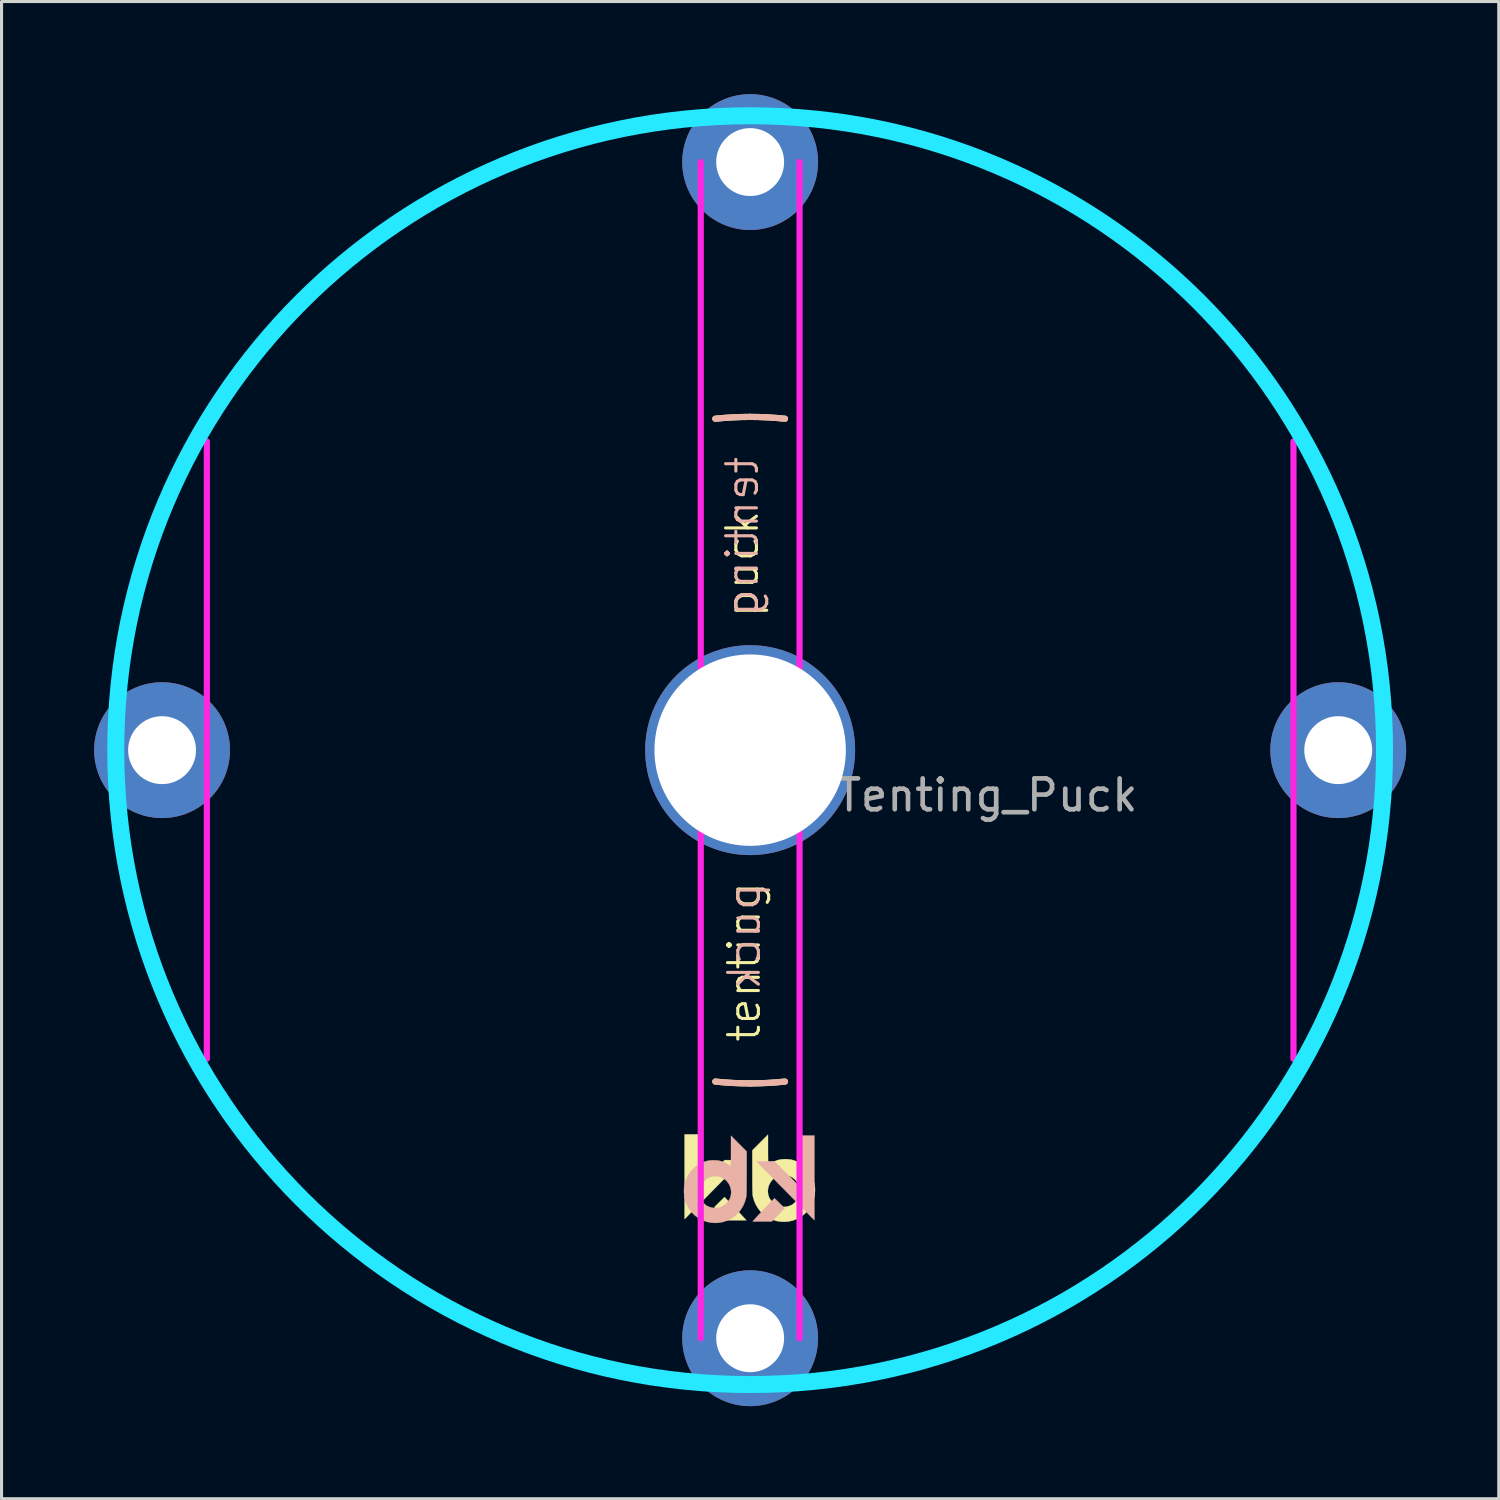
<source format=kicad_pcb>
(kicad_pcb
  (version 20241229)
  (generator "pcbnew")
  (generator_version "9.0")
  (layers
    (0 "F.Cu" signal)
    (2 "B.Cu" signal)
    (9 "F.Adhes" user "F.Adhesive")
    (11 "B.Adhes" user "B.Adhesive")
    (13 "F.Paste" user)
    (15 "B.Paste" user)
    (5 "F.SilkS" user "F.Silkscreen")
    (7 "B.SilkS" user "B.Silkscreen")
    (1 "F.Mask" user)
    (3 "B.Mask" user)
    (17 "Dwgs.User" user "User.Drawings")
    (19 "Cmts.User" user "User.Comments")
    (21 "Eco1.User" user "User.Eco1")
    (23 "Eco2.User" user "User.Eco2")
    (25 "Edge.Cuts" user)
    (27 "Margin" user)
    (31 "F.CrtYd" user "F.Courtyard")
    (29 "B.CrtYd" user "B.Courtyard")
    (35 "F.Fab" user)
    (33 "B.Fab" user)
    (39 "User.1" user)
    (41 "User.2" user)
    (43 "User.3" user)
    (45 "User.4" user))
  (footprint "Tenting_Puck"
    (layer "F.Cu")
    (at 21.25 21.25)
    (property "Reference" "Tenting_Puck" (at 7.684 1.46 0) (layer "F.Fab") (effects (font (size 1 1) (thickness 0.15))))
    (attr through_hole)
    (fp_arc (start -20.32 -2.8575) (mid -19.91151 -4.959786) (end -19.286134 -7.008048) (stroke (width 0.2) (type solid)) (layer "F.SilkS"))
    (fp_arc (start -19.286134 7.008047) (mid -19.91151 4.959786) (end -20.32 2.8575) (stroke (width 0.2) (type solid)) (layer "F.SilkS"))
    (fp_arc (start -7.008048 -19.286134) (mid -4.959786 -19.91151) (end -2.8575 -20.32) (stroke (width 0.2) (type solid)) (layer "F.SilkS"))
    (fp_arc (start -2.8575 20.32) (mid -4.959785 19.91151) (end -7.008046 19.286135) (stroke (width 0.2) (type solid)) (layer "F.SilkS"))
    (fp_arc (start -1.128385 -10.735864) (mid -0.564967 -10.780206) (end 0 -10.795) (stroke (width 0.2) (type solid)) (layer "F.SilkS"))
    (fp_arc (start 0 -10.795) (mid 0.564967 -10.780206) (end 1.128385 -10.735864) (stroke (width 0.2) (type solid)) (layer "F.SilkS"))
    (fp_arc (start 0 10.795) (mid -0.564967 10.780206) (end -1.128385 10.735864) (stroke (width 0.2) (type solid)) (layer "F.SilkS"))
    (fp_arc (start 1.128385 10.735864) (mid 0.564967 10.780206) (end 0 10.795) (stroke (width 0.2) (type solid)) (layer "F.SilkS"))
    (fp_arc (start 2.8575 -20.32) (mid 4.959786 -19.91151) (end 7.008047 -19.286134) (stroke (width 0.2) (type solid)) (layer "F.SilkS"))
    (fp_arc (start 7.008047 19.286134) (mid 4.959786 19.91151) (end 2.8575 20.32) (stroke (width 0.2) (type solid)) (layer "F.SilkS"))
    (fp_arc (start 19.286135 -7.008045) (mid 19.91151 -4.959785) (end 20.32 -2.8575) (stroke (width 0.2) (type solid)) (layer "F.SilkS"))
    (fp_arc (start 20.32 2.8575) (mid 19.91151 4.959785) (end 19.286135 7.008046) (stroke (width 0.2) (type solid)) (layer "F.SilkS"))
    (fp_poly (pts (xy -1.627 14.082) (xy -0.824 13.279) (xy -0.535 13.282) (xy -0.247 13.285) (xy -1.094 14.145) (xy -1.212 14.265) (xy -1.327 14.382) (xy -1.437 14.494) (xy -1.542 14.6) (xy -1.64 14.7) (xy -1.731 14.791) (xy -1.811 14.874) (xy -1.882 14.945) (xy -1.941 15.005) (xy -1.987 15.052) (xy -2.019 15.084) (xy -2.032 15.098) (xy -2.123 15.19) (xy -2.123 12.448) (xy -1.627 12.448) (xy -1.627 14.082)) (stroke (width 0.01) (type solid)) (fill yes) (layer "F.SilkS"))
    (fp_poly (pts (xy -0.82 14.488) (xy -0.797 14.511) (xy -0.763 14.547) (xy -0.719 14.593) (xy -0.666 14.647) (xy -0.609 14.708) (xy -0.547 14.773) (xy -0.483 14.841) (xy -0.42 14.908) (xy -0.359 14.973) (xy -0.302 15.034) (xy -0.251 15.089) (xy -0.208 15.135) (xy -0.175 15.171) (xy -0.154 15.194) (xy -0.152 15.197) (xy -0.124 15.231) (xy -0.744 15.231) (xy -0.917 15.055) (xy -0.971 15) (xy -1.021 14.948) (xy -1.065 14.903) (xy -1.099 14.868) (xy -1.121 14.844) (xy -1.124 14.841) (xy -1.158 14.803) (xy -0.997 14.642) (xy -0.948 14.592) (xy -0.903 14.549) (xy -0.867 14.514) (xy -0.842 14.491) (xy -0.829 14.48) (xy -0.829 14.48) (xy -0.82 14.488)) (stroke (width 0.01) (type solid)) (fill yes) (layer "F.SilkS"))
    (fp_poly (pts (xy 0.578 12.948) (xy 0.578 13.052) (xy 0.579 13.149) (xy 0.58 13.236) (xy 0.581 13.31) (xy 0.582 13.37) (xy 0.583 13.413) (xy 0.585 13.437) (xy 0.586 13.441) (xy 0.598 13.435) (xy 0.623 13.419) (xy 0.647 13.401) (xy 0.762 13.331) (xy 0.884 13.282) (xy 1.014 13.254) (xy 1.153 13.247) (xy 1.171 13.248) (xy 1.261 13.255) (xy 1.337 13.267) (xy 1.409 13.286) (xy 1.484 13.315) (xy 1.554 13.348) (xy 1.682 13.423) (xy 1.795 13.515) (xy 1.892 13.622) (xy 1.972 13.743) (xy 2.033 13.874) (xy 2.076 14.016) (xy 2.099 14.167) (xy 2.102 14.256) (xy 2.092 14.409) (xy 2.061 14.553) (xy 2.008 14.693) (xy 1.95 14.8) (xy 1.865 14.92) (xy 1.763 15.025) (xy 1.648 15.113) (xy 1.521 15.184) (xy 1.385 15.236) (xy 1.241 15.268) (xy 1.093 15.279) (xy 0.993 15.275) (xy 0.848 15.25) (xy 0.707 15.204) (xy 0.574 15.138) (xy 0.452 15.054) (xy 0.343 14.954) (xy 0.335 14.944) (xy 0.254 14.84) (xy 0.184 14.722) (xy 0.129 14.596) (xy 0.092 14.469) (xy 0.083 14.423) (xy 0.08 14.394) (xy 0.078 14.344) (xy 0.076 14.294) (xy 0.573 14.294) (xy 0.583 14.391) (xy 0.614 14.485) (xy 0.642 14.539) (xy 0.709 14.628) (xy 0.789 14.699) (xy 0.878 14.751) (xy 0.975 14.784) (xy 1.076 14.797) (xy 1.18 14.789) (xy 1.253 14.769) (xy 1.296 14.753) (xy 1.337 14.736) (xy 1.353 14.728) (xy 1.398 14.697) (xy 1.448 14.651) (xy 1.496 14.595) (xy 1.537 14.537) (xy 1.559 14.498) (xy 1.579 14.454) (xy 1.591 14.415) (xy 1.599 14.373) (xy 1.603 14.318) (xy 1.603 14.313) (xy 1.6 14.205) (xy 1.577 14.107) (xy 1.534 14.014) (xy 1.516 13.985) (xy 1.451 13.908) (xy 1.372 13.845) (xy 1.283 13.8) (xy 1.186 13.772) (xy 1.085 13.763) (xy 0.984 13.773) (xy 0.885 13.803) (xy 0.871 13.81) (xy 0.783 13.863) (xy 0.709 13.931) (xy 0.65 14.011) (xy 0.607 14.101) (xy 0.581 14.196) (xy 0.573 14.294) (xy 0.076 14.294) (xy 0.076 14.274) (xy 0.074 14.185) (xy 0.072 14.078) (xy 0.071 13.955) (xy 0.071 13.818) (xy 0.071 13.668) (xy 0.071 13.656) (xy 0.07 12.964) (xy 0.578 12.454) (xy 0.578 12.948)) (stroke (width 0.01) (type solid)) (fill yes) (layer "F.SilkS"))
    (fp_arc (start -20.32 -2.8575) (mid -19.91151 -4.959784) (end -19.286136 -7.008044) (stroke (width 0.2) (type solid)) (layer "B.SilkS"))
    (fp_arc (start -19.286135 7.008046) (mid -19.91151 4.959785) (end -20.32 2.8575) (stroke (width 0.2) (type solid)) (layer "B.SilkS"))
    (fp_arc (start -7.008046 -19.286135) (mid -4.959785 -19.91151) (end -2.8575 -20.32) (stroke (width 0.2) (type solid)) (layer "B.SilkS"))
    (fp_arc (start -2.8575 20.32) (mid -4.959785 19.91151) (end -7.008045 19.286135) (stroke (width 0.2) (type solid)) (layer "B.SilkS"))
    (fp_arc (start -1.128385 -10.735864) (mid -0.564967 -10.780206) (end 0 -10.795) (stroke (width 0.2) (type solid)) (layer "B.SilkS"))
    (fp_arc (start 0 -10.795) (mid 0.564967 -10.780206) (end 1.128385 -10.735864) (stroke (width 0.2) (type solid)) (layer "B.SilkS"))
    (fp_arc (start 0 10.795) (mid -0.564967 10.780206) (end -1.128385 10.735864) (stroke (width 0.2) (type solid)) (layer "B.SilkS"))
    (fp_arc (start 1.128385 10.735864) (mid 0.564967 10.780206) (end 0 10.795) (stroke (width 0.2) (type solid)) (layer "B.SilkS"))
    (fp_arc (start 2.8575 -20.32) (mid 4.959787 -19.91151) (end 7.008049 -19.286134) (stroke (width 0.2) (type solid)) (layer "B.SilkS"))
    (fp_arc (start 7.008045 19.286135) (mid 4.959785 19.91151) (end 2.8575 20.32) (stroke (width 0.2) (type solid)) (layer "B.SilkS"))
    (fp_arc (start 19.286134 -7.008048) (mid 19.91151 -4.959786) (end 20.32 -2.8575) (stroke (width 0.2) (type solid)) (layer "B.SilkS"))
    (fp_arc (start 20.32 2.8575) (mid 19.91151 4.959786) (end 19.286134 7.008048) (stroke (width 0.2) (type solid)) (layer "B.SilkS"))
    (fp_poly (pts (xy 1.584 14.118) (xy 0.782 13.315) (xy 0.493 13.318) (xy 0.205 13.322) (xy 1.052 14.182) (xy 1.17 14.301) (xy 1.285 14.418) (xy 1.395 14.53) (xy 1.5 14.637) (xy 1.598 14.736) (xy 1.688 14.828) (xy 1.769 14.91) (xy 1.84 14.981) (xy 1.899 15.041) (xy 1.944 15.088) (xy 1.976 15.12) (xy 1.99 15.134) (xy 2.081 15.226) (xy 2.081 12.484) (xy 1.584 12.484) (xy 1.584 14.118)) (stroke (width 0.01) (type solid)) (fill yes) (layer "B.SilkS"))
    (fp_poly (pts (xy 0.778 14.525) (xy 0.755 14.547) (xy 0.721 14.583) (xy 0.676 14.629) (xy 0.624 14.684) (xy 0.566 14.745) (xy 0.505 14.81) (xy 0.441 14.877) (xy 0.378 14.944) (xy 0.316 15.009) (xy 0.259 15.07) (xy 0.208 15.125) (xy 0.166 15.172) (xy 0.133 15.207) (xy 0.112 15.231) (xy 0.11 15.233) (xy 0.082 15.267) (xy 0.702 15.267) (xy 0.875 15.091) (xy 0.929 15.036) (xy 0.979 14.985) (xy 1.023 14.939) (xy 1.057 14.904) (xy 1.079 14.88) (xy 1.082 14.877) (xy 1.116 14.839) (xy 0.955 14.678) (xy 0.905 14.628) (xy 0.861 14.585) (xy 0.825 14.55) (xy 0.799 14.527) (xy 0.787 14.517) (xy 0.787 14.516) (xy 0.778 14.525)) (stroke (width 0.01) (type solid)) (fill yes) (layer "B.SilkS"))
    (fp_poly (pts (xy -0.621 12.984) (xy -0.621 13.088) (xy -0.621 13.185) (xy -0.622 13.272) (xy -0.623 13.346) (xy -0.624 13.406) (xy -0.625 13.45) (xy -0.627 13.473) (xy -0.628 13.477) (xy -0.64 13.471) (xy -0.665 13.455) (xy -0.689 13.438) (xy -0.804 13.367) (xy -0.926 13.318) (xy -1.057 13.29) (xy -1.196 13.284) (xy -1.214 13.284) (xy -1.303 13.291) (xy -1.38 13.303) (xy -1.451 13.322) (xy -1.526 13.351) (xy -1.596 13.384) (xy -1.724 13.459) (xy -1.837 13.551) (xy -1.934 13.658) (xy -2.014 13.779) (xy -2.076 13.911) (xy -2.118 14.053) (xy -2.141 14.203) (xy -2.145 14.293) (xy -2.134 14.445) (xy -2.103 14.59) (xy -2.05 14.729) (xy -1.993 14.836) (xy -1.907 14.956) (xy -1.805 15.061) (xy -1.69 15.149) (xy -1.563 15.22) (xy -1.427 15.272) (xy -1.283 15.304) (xy -1.135 15.316) (xy -1.035 15.311) (xy -0.89 15.286) (xy -0.75 15.24) (xy -0.616 15.174) (xy -0.494 15.09) (xy -0.386 14.99) (xy -0.377 14.981) (xy -0.296 14.876) (xy -0.226 14.758) (xy -0.171 14.632) (xy -0.134 14.505) (xy -0.125 14.459) (xy -0.122 14.43) (xy -0.12 14.38) (xy -0.118 14.33) (xy -0.615 14.33) (xy -0.625 14.428) (xy -0.656 14.522) (xy -0.684 14.576) (xy -0.751 14.664) (xy -0.831 14.735) (xy -0.92 14.787) (xy -1.017 14.82) (xy -1.119 14.833) (xy -1.222 14.825) (xy -1.295 14.805) (xy -1.338 14.789) (xy -1.379 14.772) (xy -1.395 14.764) (xy -1.441 14.733) (xy -1.49 14.687) (xy -1.538 14.632) (xy -1.579 14.573) (xy -1.601 14.534) (xy -1.621 14.49) (xy -1.634 14.452) (xy -1.641 14.409) (xy -1.645 14.354) (xy -1.646 14.349) (xy -1.642 14.241) (xy -1.619 14.144) (xy -1.576 14.05) (xy -1.558 14.022) (xy -1.493 13.944) (xy -1.415 13.882) (xy -1.325 13.836) (xy -1.228 13.808) (xy -1.127 13.799) (xy -1.026 13.809) (xy -0.927 13.84) (xy -0.913 13.846) (xy -0.825 13.899) (xy -0.751 13.967) (xy -0.692 14.047) (xy -0.649 14.137) (xy -0.623 14.232) (xy -0.615 14.33) (xy -0.118 14.33) (xy -0.118 14.31) (xy -0.116 14.221) (xy -0.115 14.114) (xy -0.114 13.991) (xy -0.113 13.854) (xy -0.113 13.704) (xy -0.113 13.692) (xy -0.113 13) (xy -0.62 12.49) (xy -0.621 12.984)) (stroke (width 0.01) (type solid)) (fill yes) (layer "B.SilkS"))
    (fp_circle (center 0 0) (end 20.55 0) (stroke (width 0.55) (type solid)) (fill no) (layer "B.CrtYd"))
    (fp_line (start -17.6 10) (end -17.6 -10) (stroke (width 0.2) (type solid)) (layer "F.CrtYd"))
    (fp_line (start -1.6 19.05) (end -1.6 -19.05) (stroke (width 0.2) (type solid)) (layer "F.CrtYd"))
    (fp_line (start 1.6 19.05) (end 1.6 -19.05) (stroke (width 0.2) (type solid)) (layer "F.CrtYd"))
    (fp_line (start 17.6 10) (end 17.6 -10) (stroke (width 0.2) (type solid)) (layer "F.CrtYd"))
    (fp_text user "tenting" (at -0.191 6.858 90) (layer "F.SilkS") (effects (font (size 1 1) (thickness 0.1))))
    (fp_text user "puck" (at -0.254 -6.032 90) (layer "F.SilkS") (effects (font (size 1 1) (thickness 0.1))))
    (fp_text user "puck" (at -0.191 6.032 90) (unlocked yes) (layer "B.SilkS") (effects (font (size 1 1) (thickness 0.1)) (justify mirror)))
    (fp_text user "tenting" (at -0.254 -6.921 90) (layer "B.SilkS") (effects (font (size 1 1) (thickness 0.1)) (justify mirror)))
    (pad "" thru_hole circle (at 0 0) (size 6.8 6.8) (drill 6.2) (layers "*.Cu" "*.Mask"))
    (pad "1" thru_hole circle (at -19.05 0) (size 4.4 4.4) (drill 2.2) (layers "*.Cu" "*.Mask"))
    (pad "1" thru_hole circle (at 0 -19.05) (size 4.4 4.4) (drill 2.2) (layers "*.Cu" "*.Mask"))
    (pad "1" thru_hole circle (at 0 19.05) (size 4.4 4.4) (drill 2.2) (layers "*.Cu" "*.Mask"))
    (pad "1" thru_hole circle (at 19.05 0) (size 4.4 4.4) (drill 2.2) (layers "*.Cu" "*.Mask")))
  (gr_rect
    (start -3 -3)
    (end 45.5 45.5)
    (stroke (width 0.1) (type default))
    (fill no)
    (layer "Edge.Cuts")))
</source>
